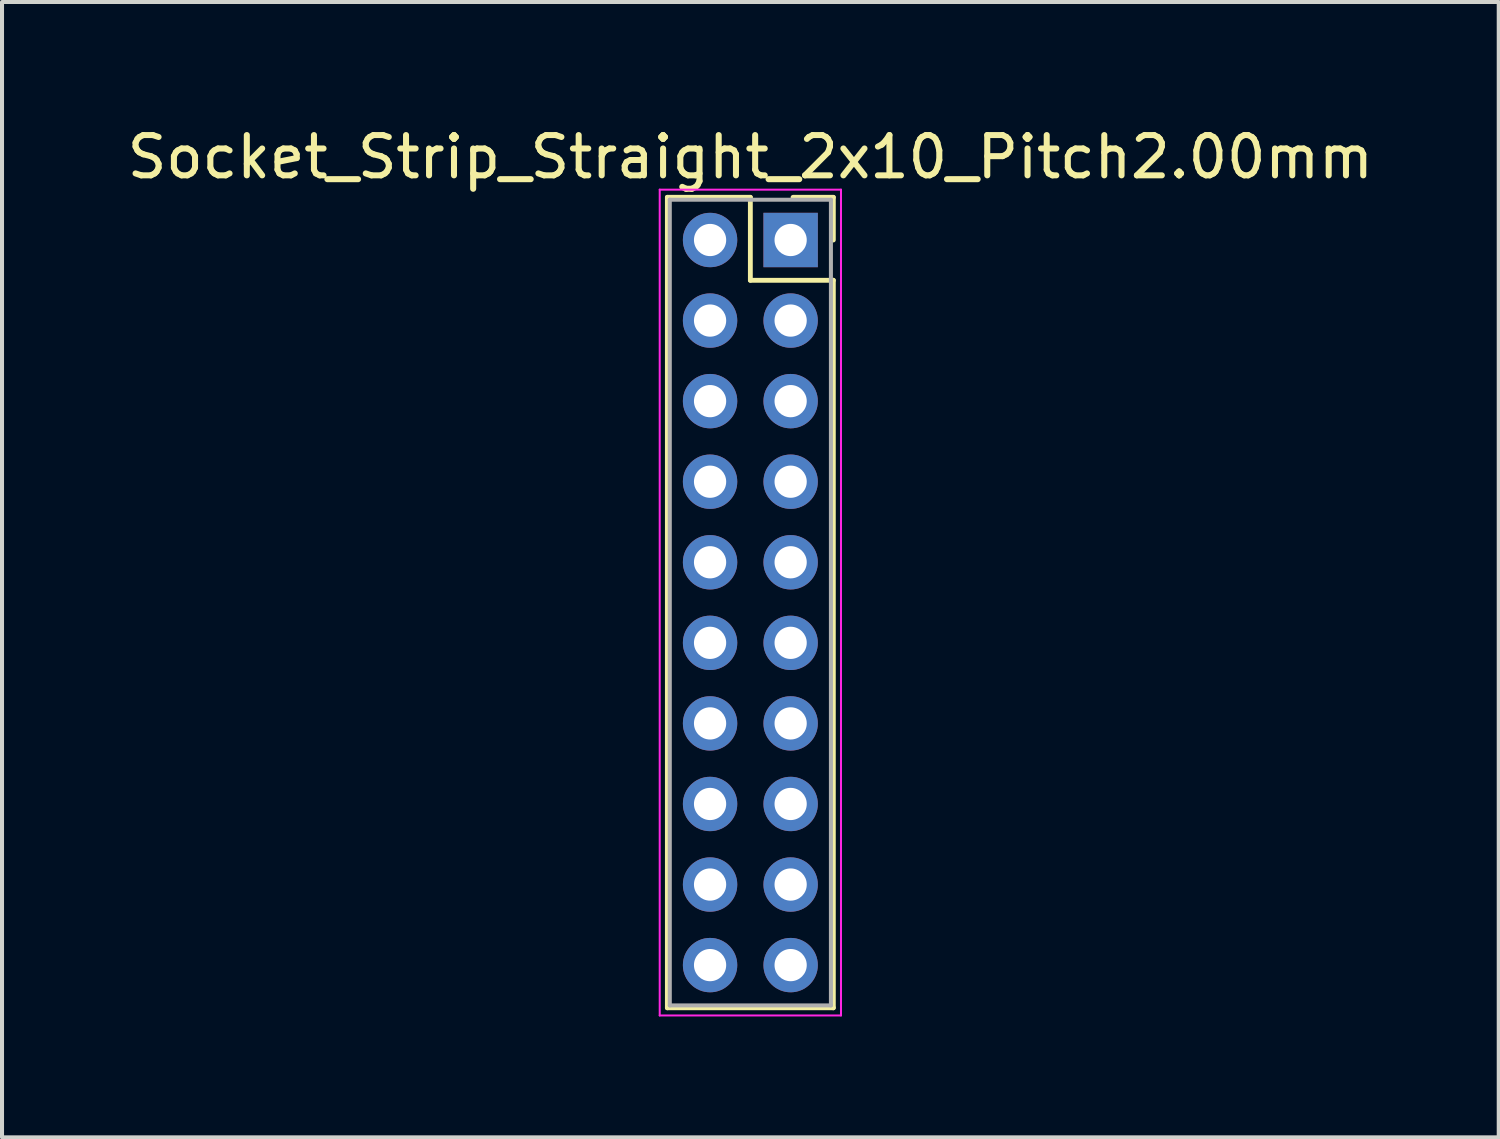
<source format=kicad_pcb>
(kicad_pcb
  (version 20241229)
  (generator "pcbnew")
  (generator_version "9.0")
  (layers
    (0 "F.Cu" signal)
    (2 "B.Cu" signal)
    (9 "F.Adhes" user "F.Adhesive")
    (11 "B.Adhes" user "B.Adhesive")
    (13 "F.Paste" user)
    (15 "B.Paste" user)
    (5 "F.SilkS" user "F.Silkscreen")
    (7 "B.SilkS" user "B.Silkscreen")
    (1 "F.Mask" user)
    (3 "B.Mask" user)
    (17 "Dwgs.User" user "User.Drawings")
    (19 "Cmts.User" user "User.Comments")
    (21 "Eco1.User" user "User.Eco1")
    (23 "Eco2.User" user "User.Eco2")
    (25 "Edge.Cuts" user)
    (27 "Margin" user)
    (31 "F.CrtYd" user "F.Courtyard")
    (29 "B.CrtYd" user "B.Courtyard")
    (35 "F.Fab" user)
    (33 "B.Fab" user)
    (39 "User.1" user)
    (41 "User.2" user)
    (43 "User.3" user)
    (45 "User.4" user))
  (footprint "Socket_Strip_Straight_2x10_Pitch2.00mm"
    (layer "F.Cu")
    (at 16.577 2.908)
    (property "Reference" "Socket_Strip_Straight_2x10_Pitch2.00mm" (at -1 -2.06 0) (layer "F.SilkS") (effects (font (size 1 1) (thickness 0.15))))
    (attr through_hole)
    (fp_line (start -3.06 -1.06) (end -1 -1.06) (stroke (width 0.12) (type solid)) (layer "F.SilkS"))
    (fp_line (start -3.06 19.06) (end -3.06 -1.06) (stroke (width 0.12) (type solid)) (layer "F.SilkS"))
    (fp_line (start -1 -1.06) (end -1 1) (stroke (width 0.12) (type solid)) (layer "F.SilkS"))
    (fp_line (start -1 1) (end 1.06 1) (stroke (width 0.12) (type solid)) (layer "F.SilkS"))
    (fp_line (start 1.06 -1.06) (end 0.06 -1.06) (stroke (width 0.12) (type solid)) (layer "F.SilkS"))
    (fp_line (start 1.06 0) (end 1.06 -1.06) (stroke (width 0.12) (type solid)) (layer "F.SilkS"))
    (fp_line (start 1.06 1) (end 1.06 19.06) (stroke (width 0.12) (type solid)) (layer "F.SilkS"))
    (fp_line (start 1.06 19.06) (end -3.06 19.06) (stroke (width 0.12) (type solid)) (layer "F.SilkS"))
    (fp_line (start -3.25 -1.25) (end -3.25 19.25) (stroke (width 0.05) (type solid)) (layer "F.CrtYd"))
    (fp_line (start -3.25 19.25) (end 1.25 19.25) (stroke (width 0.05) (type solid)) (layer "F.CrtYd"))
    (fp_line (start 1.25 -1.25) (end -3.25 -1.25) (stroke (width 0.05) (type solid)) (layer "F.CrtYd"))
    (fp_line (start 1.25 19.25) (end 1.25 -1.25) (stroke (width 0.05) (type solid)) (layer "F.CrtYd"))
    (fp_line (start -3 -1) (end -3 19) (stroke (width 0.1) (type solid)) (layer "F.Fab"))
    (fp_line (start -3 19) (end 1 19) (stroke (width 0.1) (type solid)) (layer "F.Fab"))
    (fp_line (start 1 -1) (end -3 -1) (stroke (width 0.1) (type solid)) (layer "F.Fab"))
    (fp_line (start 1 19) (end 1 -1) (stroke (width 0.1) (type solid)) (layer "F.Fab"))
    (pad "1" thru_hole rect (at 0 0) (size 1.35 1.35) (drill 0.8) (layers "*.Cu" "*.Mask"))
    (pad "2" thru_hole oval (at -2 0) (size 1.35 1.35) (drill 0.8) (layers "*.Cu" "*.Mask"))
    (pad "3" thru_hole oval (at 0 2) (size 1.35 1.35) (drill 0.8) (layers "*.Cu" "*.Mask"))
    (pad "4" thru_hole oval (at -2 2) (size 1.35 1.35) (drill 0.8) (layers "*.Cu" "*.Mask"))
    (pad "5" thru_hole oval (at 0 4) (size 1.35 1.35) (drill 0.8) (layers "*.Cu" "*.Mask"))
    (pad "6" thru_hole oval (at -2 4) (size 1.35 1.35) (drill 0.8) (layers "*.Cu" "*.Mask"))
    (pad "7" thru_hole oval (at 0 6) (size 1.35 1.35) (drill 0.8) (layers "*.Cu" "*.Mask"))
    (pad "8" thru_hole oval (at -2 6) (size 1.35 1.35) (drill 0.8) (layers "*.Cu" "*.Mask"))
    (pad "9" thru_hole oval (at 0 8) (size 1.35 1.35) (drill 0.8) (layers "*.Cu" "*.Mask"))
    (pad "10" thru_hole oval (at -2 8) (size 1.35 1.35) (drill 0.8) (layers "*.Cu" "*.Mask"))
    (pad "11" thru_hole oval (at 0 10) (size 1.35 1.35) (drill 0.8) (layers "*.Cu" "*.Mask"))
    (pad "12" thru_hole oval (at -2 10) (size 1.35 1.35) (drill 0.8) (layers "*.Cu" "*.Mask"))
    (pad "13" thru_hole oval (at 0 12) (size 1.35 1.35) (drill 0.8) (layers "*.Cu" "*.Mask"))
    (pad "14" thru_hole oval (at -2 12) (size 1.35 1.35) (drill 0.8) (layers "*.Cu" "*.Mask"))
    (pad "15" thru_hole oval (at 0 14) (size 1.35 1.35) (drill 0.8) (layers "*.Cu" "*.Mask"))
    (pad "16" thru_hole oval (at -2 14) (size 1.35 1.35) (drill 0.8) (layers "*.Cu" "*.Mask"))
    (pad "17" thru_hole oval (at 0 16) (size 1.35 1.35) (drill 0.8) (layers "*.Cu" "*.Mask"))
    (pad "18" thru_hole oval (at -2 16) (size 1.35 1.35) (drill 0.8) (layers "*.Cu" "*.Mask"))
    (pad "19" thru_hole oval (at 0 18) (size 1.35 1.35) (drill 0.8) (layers "*.Cu" "*.Mask"))
    (pad "20" thru_hole oval (at -2 18) (size 1.35 1.35) (drill 0.8) (layers "*.Cu" "*.Mask")))
  (gr_rect
    (start -3 -3)
    (end 34.155 25.183)
    (stroke (width 0.1) (type default))
    (fill no)
    (layer "Edge.Cuts")))
</source>
